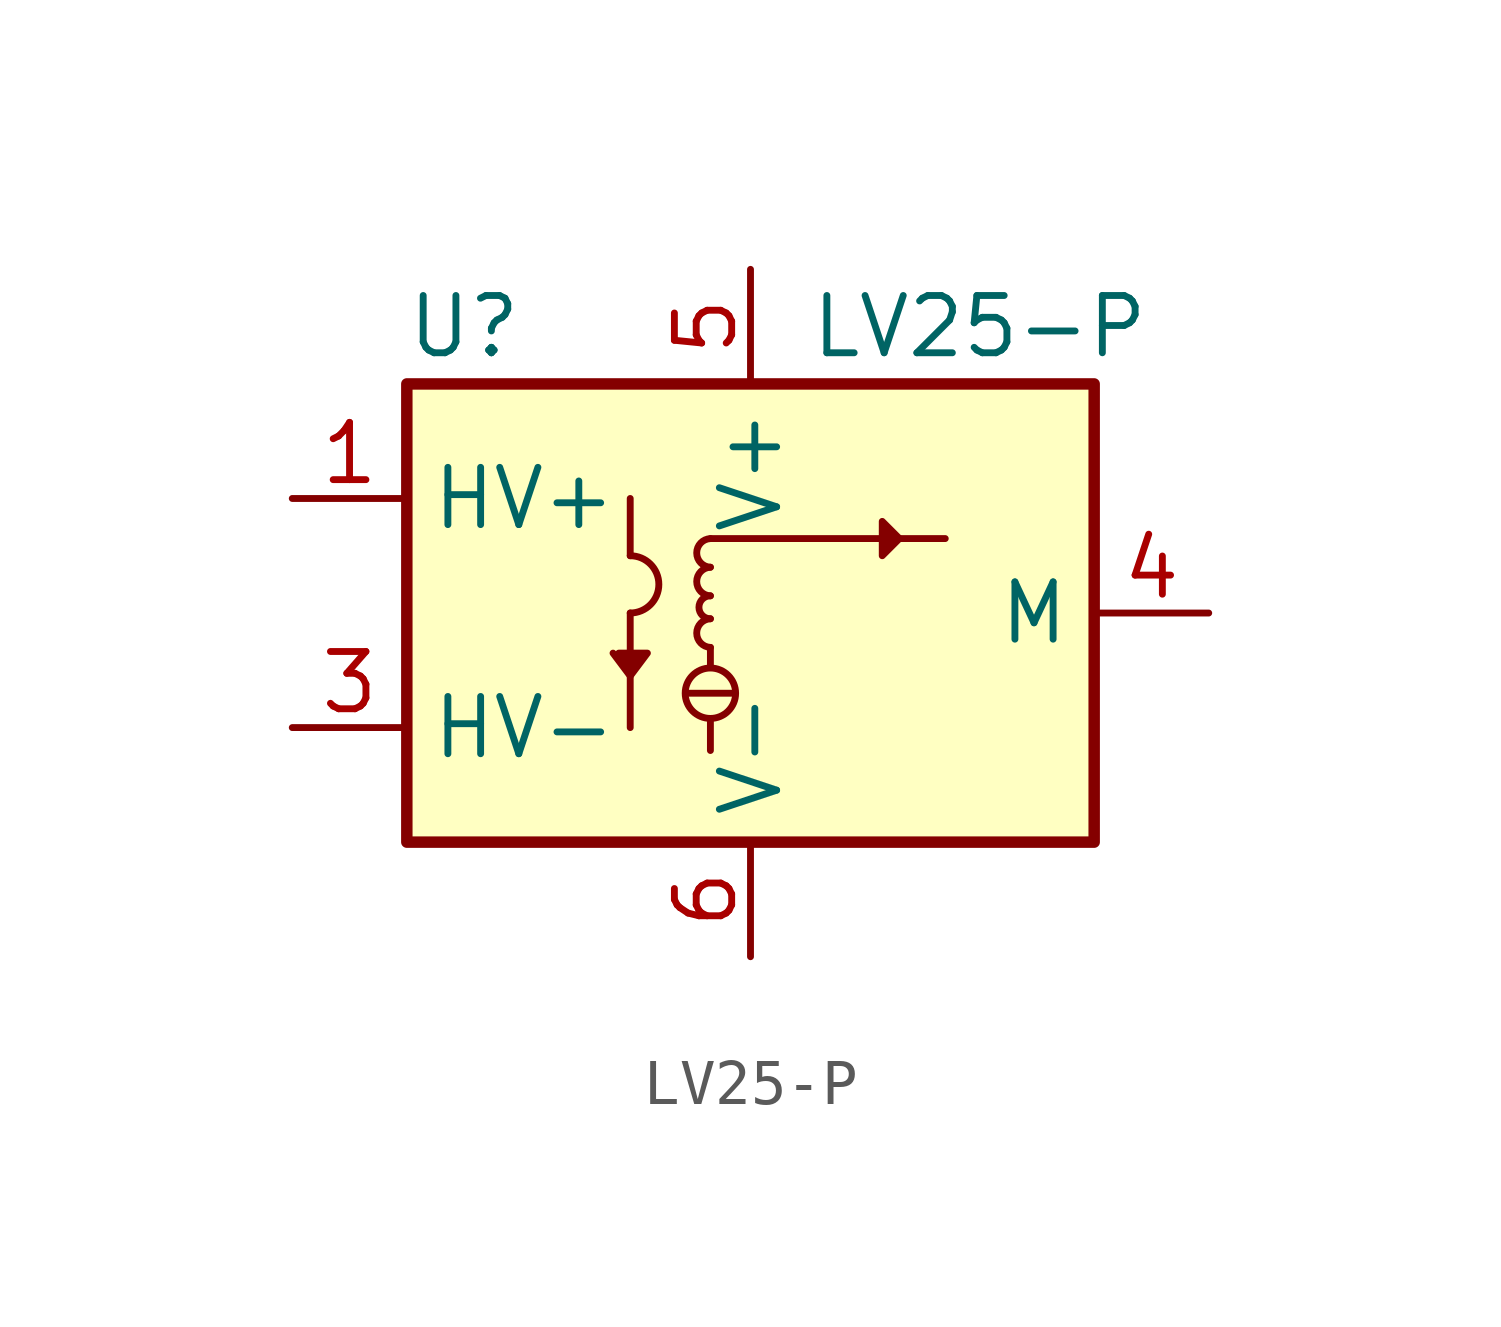
<source format=kicad_sym>
(kicad_symbol_lib
  (version 20241209)
  (generator "kicad_symbol_editor")
  (generator_version "9.0")
  (symbol "LV25-P"
    (property "Reference" "U"
      (at -6.35 6.35 0)
      (effects (font (size 1.27 1.27))))
    (property "Value" "LV25-P"
      (at 5.08 6.35 0)
      (effects (font (size 1.27 1.27))))
    (symbol "LV25-P_0_1"
      (polyline (pts (xy -2.921 -0.889) (xy -2.286 -0.889) (xy -2.667 -1.397) (xy -3.048 -0.889)) (stroke (width 0) (type default)) (fill (type outline)))
      (arc (start -2.667 1.27) (mid -2.0347 0.635) (end -2.667 0) (stroke (width 0) (type default)) (fill (type none)))
      (polyline (pts (xy -2.667 2.54) (xy -2.667 1.27)) (stroke (width 0) (type default)) (fill (type none)))
      (polyline (pts (xy -2.667 0) (xy -2.667 -2.54)) (stroke (width 0) (type default)) (fill (type none)))
      (polyline (pts (xy -1.397 -1.778) (xy -0.381 -1.778)) (stroke (width 0) (type default)) (fill (type none)))
      (polyline (pts (xy -0.889 1.651) (xy 4.318 1.651)) (stroke (width 0) (type default)) (fill (type none)))
      (polyline (pts (xy -0.889 -1.143) (xy -0.889 -0.762)) (stroke (width 0) (type default)) (fill (type none)))
      (circle (center -0.889 -1.778) (radius 0.559) (stroke (width 0) (type default)) (fill (type none)))
      (polyline (pts (xy -0.889 -2.413) (xy -0.889 -3.048)) (stroke (width 0) (type default)) (fill (type none)))
      (arc (start -0.889 -0.127) (mid -1.1419 0.127) (end -0.889 0.381) (stroke (width 0) (type default)) (fill (type none)))
      (arc (start -0.889 1.016) (mid -1.1941 1.3335) (end -0.889 1.651) (stroke (width 0) (type default)) (fill (type none)))
      (arc (start -0.889 0.381) (mid -1.1941 0.6985) (end -0.889 1.016) (stroke (width 0) (type default)) (fill (type none)))
      (arc (start -0.889 -0.762) (mid -1.1941 -0.4445) (end -0.889 -0.127) (stroke (width 0) (type default)) (fill (type none)))
      (polyline (pts (xy 3.302 1.651) (xy 2.921 2.032) (xy 2.921 1.27) (xy 3.302 1.651)) (stroke (width 0) (type default)) (fill (type outline)))
      (rectangle (start 7.62 -5.08) (end -7.62 5.08) (stroke (width 0.254) (type default)) (fill (type background))))
    (symbol "LV25-P_1_1"
      (pin input line (at -10.16 2.54 0) (length 2.54) (name "HV+" (effects (font (size 1.27 1.27)))) (number "1" (effects (font (size 1.27 1.27)))))
      (pin input line (at -10.16 -2.54 0) (length 2.54) (name "HV-" (effects (font (size 1.27 1.27)))) (number "3" (effects (font (size 1.27 1.27)))))
      (pin power_in line (at 0 7.62 270) (length 2.54) (name "V+" (effects (font (size 1.27 1.27)))) (number "5" (effects (font (size 1.27 1.27)))))
      (pin power_in line (at 0 -7.62 90) (length 2.54) (name "V-" (effects (font (size 1.27 1.27)))) (number "6" (effects (font (size 1.27 1.27)))))
      (pin output line (at 10.16 0 180) (length 2.54) (name "M" (effects (font (size 1.27 1.27)))) (number "4" (effects (font (size 1.27 1.27))))))))
</source>
